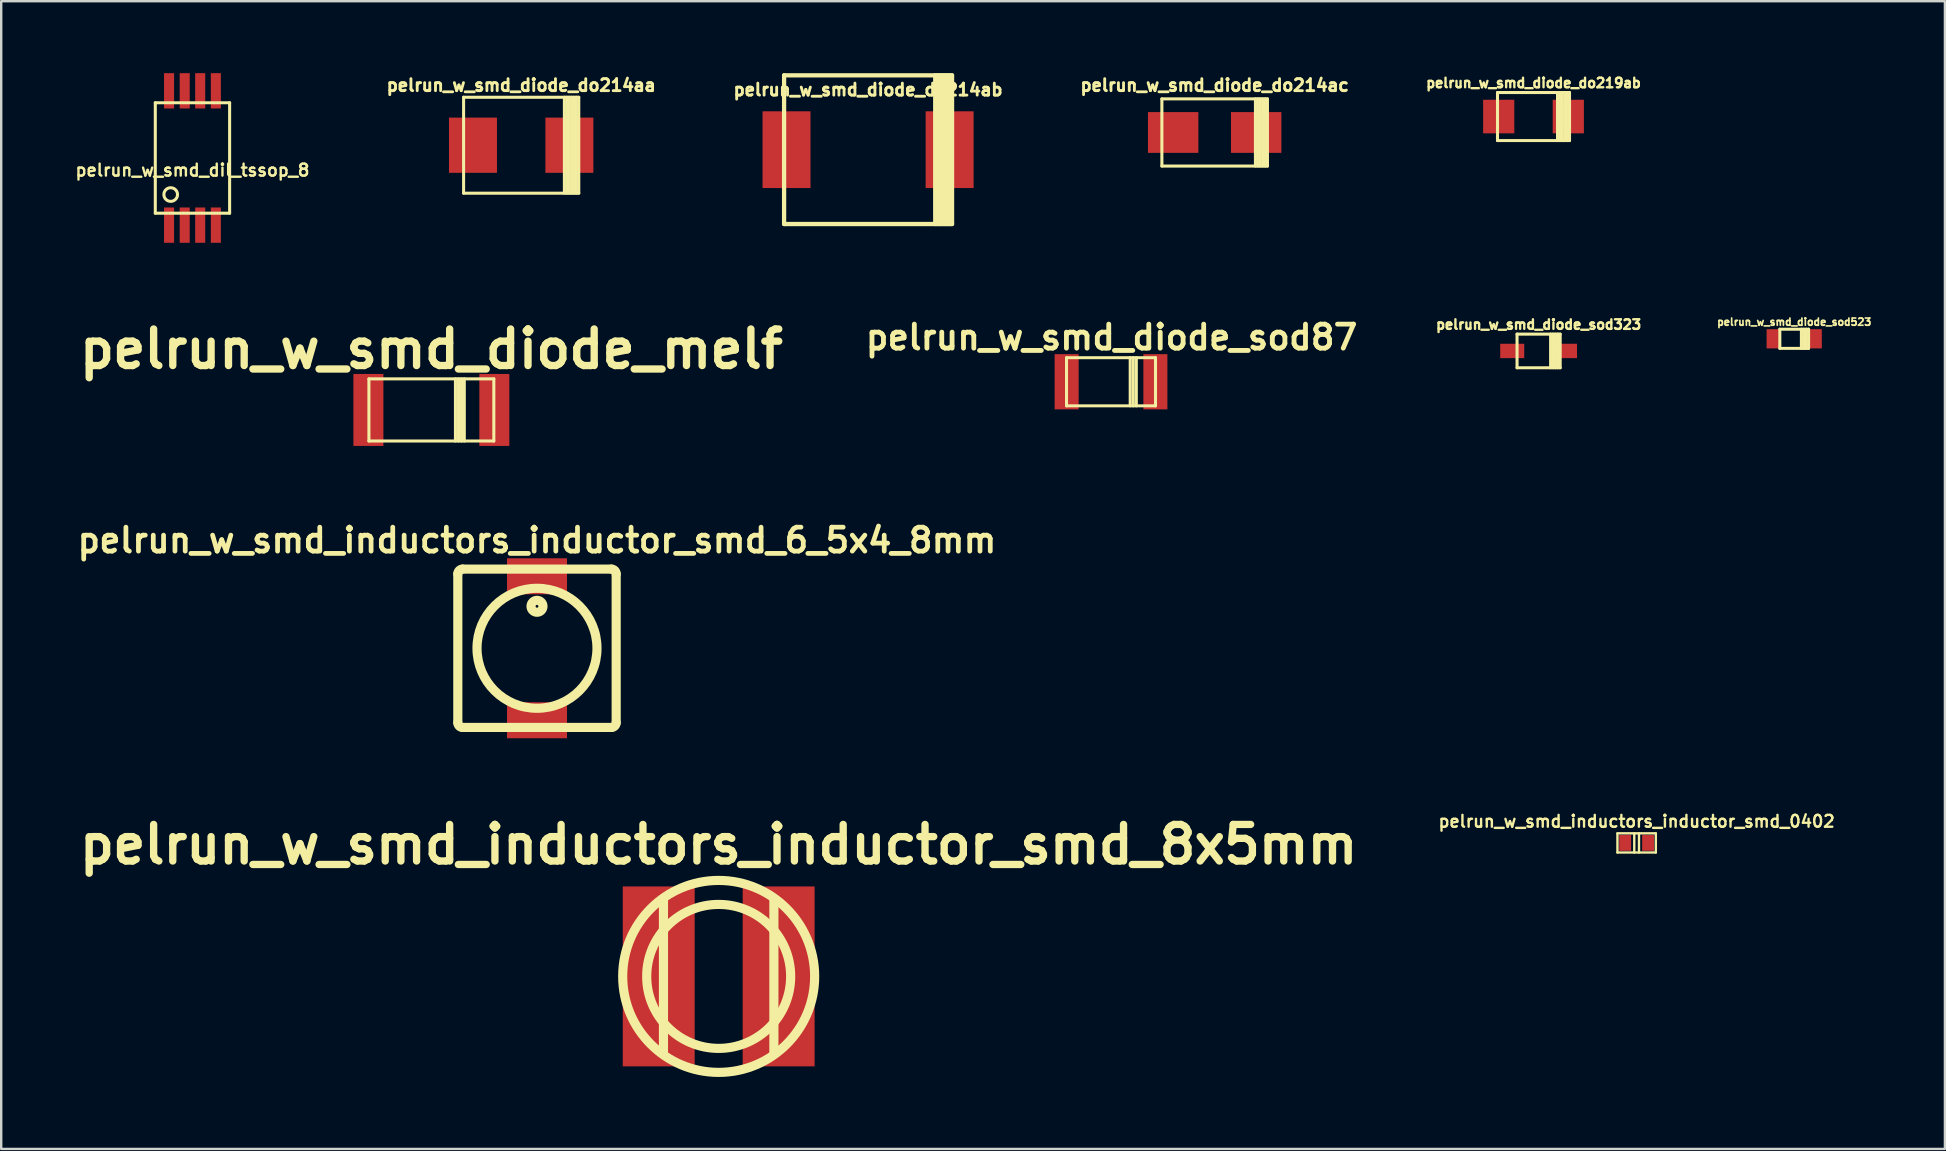
<source format=kicad_pcb>
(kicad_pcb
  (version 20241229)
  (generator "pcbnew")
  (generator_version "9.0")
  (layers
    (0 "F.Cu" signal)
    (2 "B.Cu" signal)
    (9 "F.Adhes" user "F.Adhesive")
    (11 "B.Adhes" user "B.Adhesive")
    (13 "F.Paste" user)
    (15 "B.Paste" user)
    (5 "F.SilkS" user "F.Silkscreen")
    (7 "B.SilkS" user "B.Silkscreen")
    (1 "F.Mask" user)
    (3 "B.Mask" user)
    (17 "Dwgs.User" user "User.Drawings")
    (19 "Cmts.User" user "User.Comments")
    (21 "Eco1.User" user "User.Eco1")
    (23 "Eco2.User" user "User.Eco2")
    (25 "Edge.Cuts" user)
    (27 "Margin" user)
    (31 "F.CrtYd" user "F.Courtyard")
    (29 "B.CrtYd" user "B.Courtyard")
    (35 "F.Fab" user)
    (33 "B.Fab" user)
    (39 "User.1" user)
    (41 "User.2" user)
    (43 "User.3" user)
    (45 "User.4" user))
  (footprint "pelrun_w_smd_diode_do214ac"
    (layer "F.Cu")
    (at 47.573 2.471)
    (property "Reference" "pelrun_w_smd_diode_do214ac" (at 0 -1.968 0) (layer "F.SilkS") (effects (font (size 0.5 0.5) (thickness 0.119))))
    (attr through_hole)
    (fp_line (start -2.2 -1.4) (end -2.2 1.4) (stroke (width 0.127) (type solid)) (layer "F.SilkS"))
    (fp_line (start -2.2 1.4) (end 2.2 1.4) (stroke (width 0.127) (type solid)) (layer "F.SilkS"))
    (fp_line (start 1.699 -1.4) (end 1.699 1.4) (stroke (width 0.127) (type solid)) (layer "F.SilkS"))
    (fp_line (start 1.801 -1.4) (end 1.801 1.4) (stroke (width 0.127) (type solid)) (layer "F.SilkS"))
    (fp_line (start 1.9 1.4) (end 1.9 -1.4) (stroke (width 0.127) (type solid)) (layer "F.SilkS"))
    (fp_line (start 1.999 -1.4) (end 1.999 1.4) (stroke (width 0.127) (type solid)) (layer "F.SilkS"))
    (fp_line (start 2.101 1.4) (end 2.101 -1.4) (stroke (width 0.127) (type solid)) (layer "F.SilkS"))
    (fp_line (start 2.2 -1.4) (end -2.2 -1.4) (stroke (width 0.127) (type solid)) (layer "F.SilkS"))
    (fp_line (start 2.2 1.4) (end 2.2 -1.4) (stroke (width 0.127) (type solid)) (layer "F.SilkS"))
    (pad "1" smd rect (at -1.73 0) (size 2.101 1.699) (layers "F.Cu" "F.Mask" "F.Paste"))
    (pad "2" smd rect (at 1.73 0) (size 2.101 1.699) (layers "F.Cu" "F.Mask" "F.Paste")))
  (footprint "pelrun_w_smd_diode_melf"
    (layer "F.Cu")
    (at 14.928 14.035)
    (property "Reference" "pelrun_w_smd_diode_melf" (at 0 -2.54 0) (layer "F.SilkS") (effects (font (size 1.524 1.524) (thickness 0.305))))
    (attr through_hole)
    (fp_line (start -2.603 -1.295) (end -2.603 1.295) (stroke (width 0.127) (type solid)) (layer "F.SilkS"))
    (fp_line (start -2.603 1.295) (end 2.603 1.295) (stroke (width 0.127) (type solid)) (layer "F.SilkS"))
    (fp_line (start 1.003 -1.295) (end 1.003 1.295) (stroke (width 0.127) (type solid)) (layer "F.SilkS"))
    (fp_line (start 1.13 1.295) (end 1.13 -1.295) (stroke (width 0.127) (type solid)) (layer "F.SilkS"))
    (fp_line (start 1.257 -1.295) (end 1.257 1.295) (stroke (width 0.127) (type solid)) (layer "F.SilkS"))
    (fp_line (start 1.372 -1.295) (end 1.372 1.295) (stroke (width 0.127) (type solid)) (layer "F.SilkS"))
    (fp_line (start 2.603 -1.295) (end -2.603 -1.295) (stroke (width 0.127) (type solid)) (layer "F.SilkS"))
    (fp_line (start 2.603 1.295) (end 2.603 -1.295) (stroke (width 0.127) (type solid)) (layer "F.SilkS"))
    (pad "1" smd rect (at -2.624 0) (size 1.25 3) (layers "F.Cu" "F.Mask" "F.Paste"))
    (pad "2" smd rect (at 2.624 0) (size 1.25 3) (layers "F.Cu" "F.Mask" "F.Paste")))
  (footprint "pelrun_w_smd_diode_do214aa"
    (layer "F.Cu")
    (at 18.671 3.002)
    (property "Reference" "pelrun_w_smd_diode_do214aa" (at 0 -2.499 0) (layer "F.SilkS") (effects (font (size 0.5 0.5) (thickness 0.119))))
    (attr through_hole)
    (fp_line (start -2.4 -1.999) (end 2.4 -1.999) (stroke (width 0.127) (type solid)) (layer "F.SilkS"))
    (fp_line (start -2.4 1.999) (end -2.4 -1.999) (stroke (width 0.127) (type solid)) (layer "F.SilkS"))
    (fp_line (start 1.801 -1.999) (end 1.801 1.999) (stroke (width 0.127) (type solid)) (layer "F.SilkS"))
    (fp_line (start 1.9 -1.999) (end 1.9 1.999) (stroke (width 0.127) (type solid)) (layer "F.SilkS"))
    (fp_line (start 1.999 1.999) (end 1.999 -1.999) (stroke (width 0.127) (type solid)) (layer "F.SilkS"))
    (fp_line (start 2.101 -1.999) (end 2.101 1.999) (stroke (width 0.127) (type solid)) (layer "F.SilkS"))
    (fp_line (start 2.2 1.999) (end 2.2 -1.999) (stroke (width 0.127) (type solid)) (layer "F.SilkS"))
    (fp_line (start 2.301 -1.999) (end 2.301 1.999) (stroke (width 0.127) (type solid)) (layer "F.SilkS"))
    (fp_line (start 2.4 -1.999) (end 2.4 1.999) (stroke (width 0.127) (type solid)) (layer "F.SilkS"))
    (fp_line (start 2.4 1.999) (end -2.4 1.999) (stroke (width 0.127) (type solid)) (layer "F.SilkS"))
    (pad "1" smd rect (at -2.009 0) (size 1.999 2.301) (layers "F.Cu" "F.Mask" "F.Paste"))
    (pad "2" smd rect (at 2.009 0) (size 1.999 2.301) (layers "F.Cu" "F.Mask" "F.Paste")))
  (footprint "pelrun_w_smd_inductors_inductor_smd_6_5x4_8mm"
    (layer "F.Cu")
    (at 19.33 23.968)
    (property "Reference" "pelrun_w_smd_inductors_inductor_smd_6_5x4_8mm" (at 0 -4.501 0) (layer "F.SilkS") (effects (font (size 0.998 0.998) (thickness 0.198))))
    (attr through_hole)
    (fp_line (start -3.3 3.1) (end -3.3 -3.1) (stroke (width 0.381) (type solid)) (layer "F.SilkS"))
    (fp_line (start -3.1 -3.3) (end 3.1 -3.3) (stroke (width 0.381) (type solid)) (layer "F.SilkS"))
    (fp_line (start 3.1 3.3) (end -3.1 3.3) (stroke (width 0.381) (type solid)) (layer "F.SilkS"))
    (fp_line (start 3.3 -3.1) (end 3.3 3.1) (stroke (width 0.381) (type solid)) (layer "F.SilkS"))
    (fp_arc (start -3.3 -3.1) (mid -3.241421 -3.241421) (end -3.1 -3.3) (stroke (width 0.381) (type solid)) (layer "F.SilkS"))
    (fp_arc (start -3.1 3.3) (mid -3.241421 3.241421) (end -3.3 3.1) (stroke (width 0.381) (type solid)) (layer "F.SilkS"))
    (fp_arc (start 3.1 -3.3) (mid 3.241421 -3.241421) (end 3.3 -3.1) (stroke (width 0.381) (type solid)) (layer "F.SilkS"))
    (fp_arc (start 3.3 3.1) (mid 3.241421 3.241421) (end 3.1 3.3) (stroke (width 0.381) (type solid)) (layer "F.SilkS"))
    (fp_circle (center 0 -1.75) (end 0 -1.501) (stroke (width 0.381) (type solid)) (fill no) (layer "F.SilkS"))
    (fp_circle (center 0 0) (end 2.5 0) (stroke (width 0.381) (type solid)) (fill no) (layer "F.SilkS"))
    (pad "1" smd rect (at 0 -3) (size 2.5 1.5) (layers "F.Cu" "F.Mask" "F.Paste"))
    (pad "2" smd rect (at 0 3) (size 2.5 1.5) (layers "F.Cu" "F.Mask" "F.Paste")))
  (footprint "pelrun_w_smd_diode_sod87"
    (layer "F.Cu")
    (at 43.253 12.861)
    (property "Reference" "pelrun_w_smd_diode_sod87" (at 0.025 -1.854 0) (layer "F.SilkS") (effects (font (size 1.001 1.001) (thickness 0.201))))
    (attr through_hole)
    (fp_line (start -1.854 -1.003) (end 1.854 -1.003) (stroke (width 0.127) (type solid)) (layer "F.SilkS"))
    (fp_line (start -1.854 1.003) (end -1.854 -1.003) (stroke (width 0.127) (type solid)) (layer "F.SilkS"))
    (fp_line (start 0.8 -1.003) (end 0.8 1.003) (stroke (width 0.127) (type solid)) (layer "F.SilkS"))
    (fp_line (start 0.927 -1.003) (end 0.927 1.003) (stroke (width 0.127) (type solid)) (layer "F.SilkS"))
    (fp_line (start 1.054 1.003) (end 1.054 -1.003) (stroke (width 0.127) (type solid)) (layer "F.SilkS"))
    (fp_line (start 1.854 -1.003) (end 1.854 1.003) (stroke (width 0.127) (type solid)) (layer "F.SilkS"))
    (fp_line (start 1.854 1.003) (end -1.854 1.003) (stroke (width 0.127) (type solid)) (layer "F.SilkS"))
    (pad "1" smd rect (at -1.849 0) (size 1.001 2.301) (layers "F.Cu" "F.Mask" "F.Paste"))
    (pad "2" smd rect (at 1.849 0) (size 1.001 2.301) (layers "F.Cu" "F.Mask" "F.Paste")))
  (footprint "pelrun_w_smd_diode_sod323"
    (layer "F.Cu")
    (at 61.074 11.576)
    (property "Reference" "pelrun_w_smd_diode_sod323" (at 0 -1.1 0) (layer "F.SilkS") (effects (font (size 0.399 0.399) (thickness 0.099))))
    (attr through_hole)
    (fp_line (start -0.899 -0.701) (end -0.899 0.701) (stroke (width 0.127) (type solid)) (layer "F.SilkS"))
    (fp_line (start -0.899 0.701) (end 0.899 0.701) (stroke (width 0.127) (type solid)) (layer "F.SilkS"))
    (fp_line (start 0.5 -0.701) (end 0.5 0.701) (stroke (width 0.127) (type solid)) (layer "F.SilkS"))
    (fp_line (start 0.599 -0.701) (end 0.599 0.701) (stroke (width 0.127) (type solid)) (layer "F.SilkS"))
    (fp_line (start 0.701 0.701) (end 0.701 -0.701) (stroke (width 0.127) (type solid)) (layer "F.SilkS"))
    (fp_line (start 0.8 -0.701) (end 0.8 0.701) (stroke (width 0.127) (type solid)) (layer "F.SilkS"))
    (fp_line (start 0.899 -0.701) (end -0.899 -0.701) (stroke (width 0.127) (type solid)) (layer "F.SilkS"))
    (fp_line (start 0.899 0.701) (end 0.899 -0.701) (stroke (width 0.127) (type solid)) (layer "F.SilkS"))
    (pad "1" smd rect (at -1.1 0) (size 1.001 0.599) (layers "F.Cu" "F.Mask" "F.Paste"))
    (pad "2" smd rect (at 1.1 0) (size 1.001 0.599) (layers "F.Cu" "F.Mask" "F.Paste")))
  (footprint "pelrun_w_smd_inductors_inductor_smd_0402"
    (layer "F.Cu")
    (at 65.159 32.08)
    (property "Reference" "pelrun_w_smd_inductors_inductor_smd_0402" (at 0 -0.899 0) (layer "F.SilkS") (effects (font (size 0.495 0.495) (thickness 0.099))))
    (attr through_hole)
    (fp_line (start -0.8 -0.399) (end 0.8 -0.399) (stroke (width 0.099) (type solid)) (layer "F.SilkS"))
    (fp_line (start -0.8 0.399) (end -0.8 -0.399) (stroke (width 0.099) (type solid)) (layer "F.SilkS"))
    (fp_line (start -0.099 -0.399) (end -0.099 0.399) (stroke (width 0.099) (type solid)) (layer "F.SilkS"))
    (fp_line (start 0.099 0.399) (end 0.099 -0.399) (stroke (width 0.099) (type solid)) (layer "F.SilkS"))
    (fp_line (start 0.8 -0.399) (end 0.8 0.399) (stroke (width 0.099) (type solid)) (layer "F.SilkS"))
    (fp_line (start 0.8 0.399) (end -0.8 0.399) (stroke (width 0.099) (type solid)) (layer "F.SilkS"))
    (pad "1" smd rect (at -0.478 0) (size 0.495 0.658) (layers "F.Cu" "F.Mask" "F.Paste"))
    (pad "2" smd rect (at 0.478 0) (size 0.495 0.658) (layers "F.Cu" "F.Mask" "F.Paste")))
  (footprint "pelrun_w_smd_inductors_inductor_smd_8x5mm"
    (layer "F.Cu")
    (at 26.902 37.643)
    (property "Reference" "pelrun_w_smd_inductors_inductor_smd_8x5mm" (at 0 -5.499 0) (layer "F.SilkS") (effects (font (size 1.524 1.524) (thickness 0.305))))
    (attr through_hole)
    (fp_line (start -2.301 -3.2) (end -2.301 3.2) (stroke (width 0.381) (type solid)) (layer "F.SilkS"))
    (fp_line (start 2.301 3.2) (end 2.301 -3.2) (stroke (width 0.381) (type solid)) (layer "F.SilkS"))
    (fp_circle (center 0 0) (end -4 0) (stroke (width 0.381) (type solid)) (fill no) (layer "F.SilkS"))
    (fp_circle (center 0 0) (end -3 0) (stroke (width 0.381) (type solid)) (fill no) (layer "F.SilkS"))
    (pad "1" smd rect (at -2.499 0) (size 2.997 7.498) (layers "F.Cu" "F.Mask" "F.Paste"))
    (pad "2" smd rect (at 2.499 0) (size 2.997 7.498) (layers "F.Cu" "F.Mask" "F.Paste")))
  (footprint "pelrun_w_smd_diode_do214ab"
    (layer "F.Cu")
    (at 33.128 3.188)
    (property "Reference" "pelrun_w_smd_diode_do214ab" (at 0 -2.499 0) (layer "F.SilkS") (effects (font (size 0.5 0.5) (thickness 0.119))))
    (attr through_hole)
    (fp_line (start -3.5 3.099) (end -3.5 -3.099) (stroke (width 0.178) (type solid)) (layer "F.SilkS"))
    (fp_line (start -3.498 -3.099) (end 3.498 -3.099) (stroke (width 0.178) (type solid)) (layer "F.SilkS"))
    (fp_line (start 2.799 -3.099) (end 2.799 3.099) (stroke (width 0.178) (type solid)) (layer "F.SilkS"))
    (fp_line (start 2.901 3.099) (end 2.901 -3.099) (stroke (width 0.178) (type solid)) (layer "F.SilkS"))
    (fp_line (start 3 -3.099) (end 3 3.099) (stroke (width 0.178) (type solid)) (layer "F.SilkS"))
    (fp_line (start 3.099 3.099) (end 3.099 -3.099) (stroke (width 0.178) (type solid)) (layer "F.SilkS"))
    (fp_line (start 3.2 -3.099) (end 3.2 3.099) (stroke (width 0.178) (type solid)) (layer "F.SilkS"))
    (fp_line (start 3.299 3.099) (end 3.299 -3.099) (stroke (width 0.178) (type solid)) (layer "F.SilkS"))
    (fp_line (start 3.401 -3.099) (end 3.401 3.099) (stroke (width 0.178) (type solid)) (layer "F.SilkS"))
    (fp_line (start 3.5 -3.099) (end 3.5 3.099) (stroke (width 0.178) (type solid)) (layer "F.SilkS"))
    (fp_line (start 3.5 3.099) (end -3.5 3.099) (stroke (width 0.178) (type solid)) (layer "F.SilkS"))
    (pad "1" smd rect (at -3.399 0) (size 1.999 3.198) (layers "F.Cu" "F.Mask" "F.Paste"))
    (pad "2" smd rect (at 3.399 0) (size 1.999 3.198) (layers "F.Cu" "F.Mask" "F.Paste")))
  (footprint "pelrun_w_smd_diode_do219ab"
    (layer "F.Cu")
    (at 60.861 1.807)
    (property "Reference" "pelrun_w_smd_diode_do219ab" (at 0 -1.4 0) (layer "F.SilkS") (effects (font (size 0.399 0.399) (thickness 0.099))))
    (attr through_hole)
    (fp_line (start -1.501 -1.001) (end -1.501 1.001) (stroke (width 0.127) (type solid)) (layer "F.SilkS"))
    (fp_line (start -1.501 1.001) (end 1.501 1.001) (stroke (width 0.127) (type solid)) (layer "F.SilkS"))
    (fp_line (start 1.001 -1.001) (end 1.001 1.001) (stroke (width 0.127) (type solid)) (layer "F.SilkS"))
    (fp_line (start 1.1 -1.001) (end 1.1 1.001) (stroke (width 0.127) (type solid)) (layer "F.SilkS"))
    (fp_line (start 1.199 1.001) (end 1.199 -1.001) (stroke (width 0.127) (type solid)) (layer "F.SilkS"))
    (fp_line (start 1.3 -1.001) (end 1.3 1.001) (stroke (width 0.127) (type solid)) (layer "F.SilkS"))
    (fp_line (start 1.4 1.001) (end 1.4 -1.001) (stroke (width 0.127) (type solid)) (layer "F.SilkS"))
    (fp_line (start 1.501 -1.001) (end -1.501 -1.001) (stroke (width 0.127) (type solid)) (layer "F.SilkS"))
    (fp_line (start 1.501 1.001) (end 1.501 -1.001) (stroke (width 0.127) (type solid)) (layer "F.SilkS"))
    (pad "1" smd rect (at -1.45 0) (size 1.3 1.4) (layers "F.Cu" "F.Mask" "F.Paste"))
    (pad "2" smd rect (at 1.45 0) (size 1.3 1.4) (layers "F.Cu" "F.Mask" "F.Paste")))
  (footprint "pelrun_w_smd_dil_tssop_8"
    (layer "F.Cu")
    (at 4.971 3.534)
    (property "Reference" "pelrun_w_smd_dil_tssop_8" (at 0 0.508 0) (layer "F.SilkS") (effects (font (size 0.5 0.5) (thickness 0.099))))
    (attr through_hole)
    (fp_line (start -1.549 -2.301) (end -1.549 2.301) (stroke (width 0.127) (type solid)) (layer "F.SilkS"))
    (fp_line (start -1.549 2.301) (end 1.549 2.301) (stroke (width 0.127) (type solid)) (layer "F.SilkS"))
    (fp_line (start 1.549 -2.301) (end -1.549 -2.301) (stroke (width 0.127) (type solid)) (layer "F.SilkS"))
    (fp_line (start 1.549 2.301) (end 1.549 -2.301) (stroke (width 0.127) (type solid)) (layer "F.SilkS"))
    (fp_circle (center -0.907 1.524) (end -1.034 1.778) (stroke (width 0.127) (type solid)) (fill no) (layer "F.SilkS"))
    (pad "1" smd rect (at -0.975 2.799) (size 0.419 1.471) (layers "F.Cu" "F.Mask" "F.Paste"))
    (pad "2" smd rect (at -0.323 2.799) (size 0.419 1.471) (layers "F.Cu" "F.Mask" "F.Paste"))
    (pad "3" smd rect (at 0.323 2.799) (size 0.419 1.471) (layers "F.Cu" "F.Mask" "F.Paste"))
    (pad "4" smd rect (at 0.975 2.799) (size 0.419 1.471) (layers "F.Cu" "F.Mask" "F.Paste"))
    (pad "5" smd rect (at 0.975 -2.799) (size 0.419 1.471) (layers "F.Cu" "F.Mask" "F.Paste"))
    (pad "6" smd rect (at 0.323 -2.799) (size 0.419 1.471) (layers "F.Cu" "F.Mask" "F.Paste"))
    (pad "7" smd rect (at -0.323 -2.799) (size 0.419 1.471) (layers "F.Cu" "F.Mask" "F.Paste"))
    (pad "8" smd rect (at -0.975 -2.799) (size 0.419 1.471) (layers "F.Cu" "F.Mask" "F.Paste")))
  (footprint "pelrun_w_smd_diode_sod523"
    (layer "F.Cu")
    (at 71.726 11.07)
    (property "Reference" "pelrun_w_smd_diode_sod523" (at 0 -0.701 0) (layer "F.SilkS") (effects (font (size 0.3 0.3) (thickness 0.071))))
    (attr through_hole)
    (fp_line (start -0.599 -0.399) (end -0.599 0.399) (stroke (width 0.127) (type solid)) (layer "F.SilkS"))
    (fp_line (start -0.599 0.399) (end 0.599 0.399) (stroke (width 0.127) (type solid)) (layer "F.SilkS"))
    (fp_line (start 0.3 -0.399) (end 0.3 0.399) (stroke (width 0.127) (type solid)) (layer "F.SilkS"))
    (fp_line (start 0.399 -0.399) (end 0.399 0.399) (stroke (width 0.127) (type solid)) (layer "F.SilkS"))
    (fp_line (start 0.5 0.399) (end 0.5 -0.399) (stroke (width 0.127) (type solid)) (layer "F.SilkS"))
    (fp_line (start 0.599 -0.399) (end -0.599 -0.399) (stroke (width 0.127) (type solid)) (layer "F.SilkS"))
    (fp_line (start 0.599 0.399) (end 0.599 -0.399) (stroke (width 0.127) (type solid)) (layer "F.SilkS"))
    (pad "1" smd rect (at -0.851 0) (size 0.599 0.8) (layers "F.Cu" "F.Mask" "F.Paste"))
    (pad "2" smd rect (at 0.851 0) (size 0.599 0.8) (layers "F.Cu" "F.Mask" "F.Paste")))
  (gr_rect
    (start -3 -3)
    (end 78.007 44.834)
    (stroke (width 0.1) (type default))
    (fill no)
    (layer "Edge.Cuts")))
</source>
